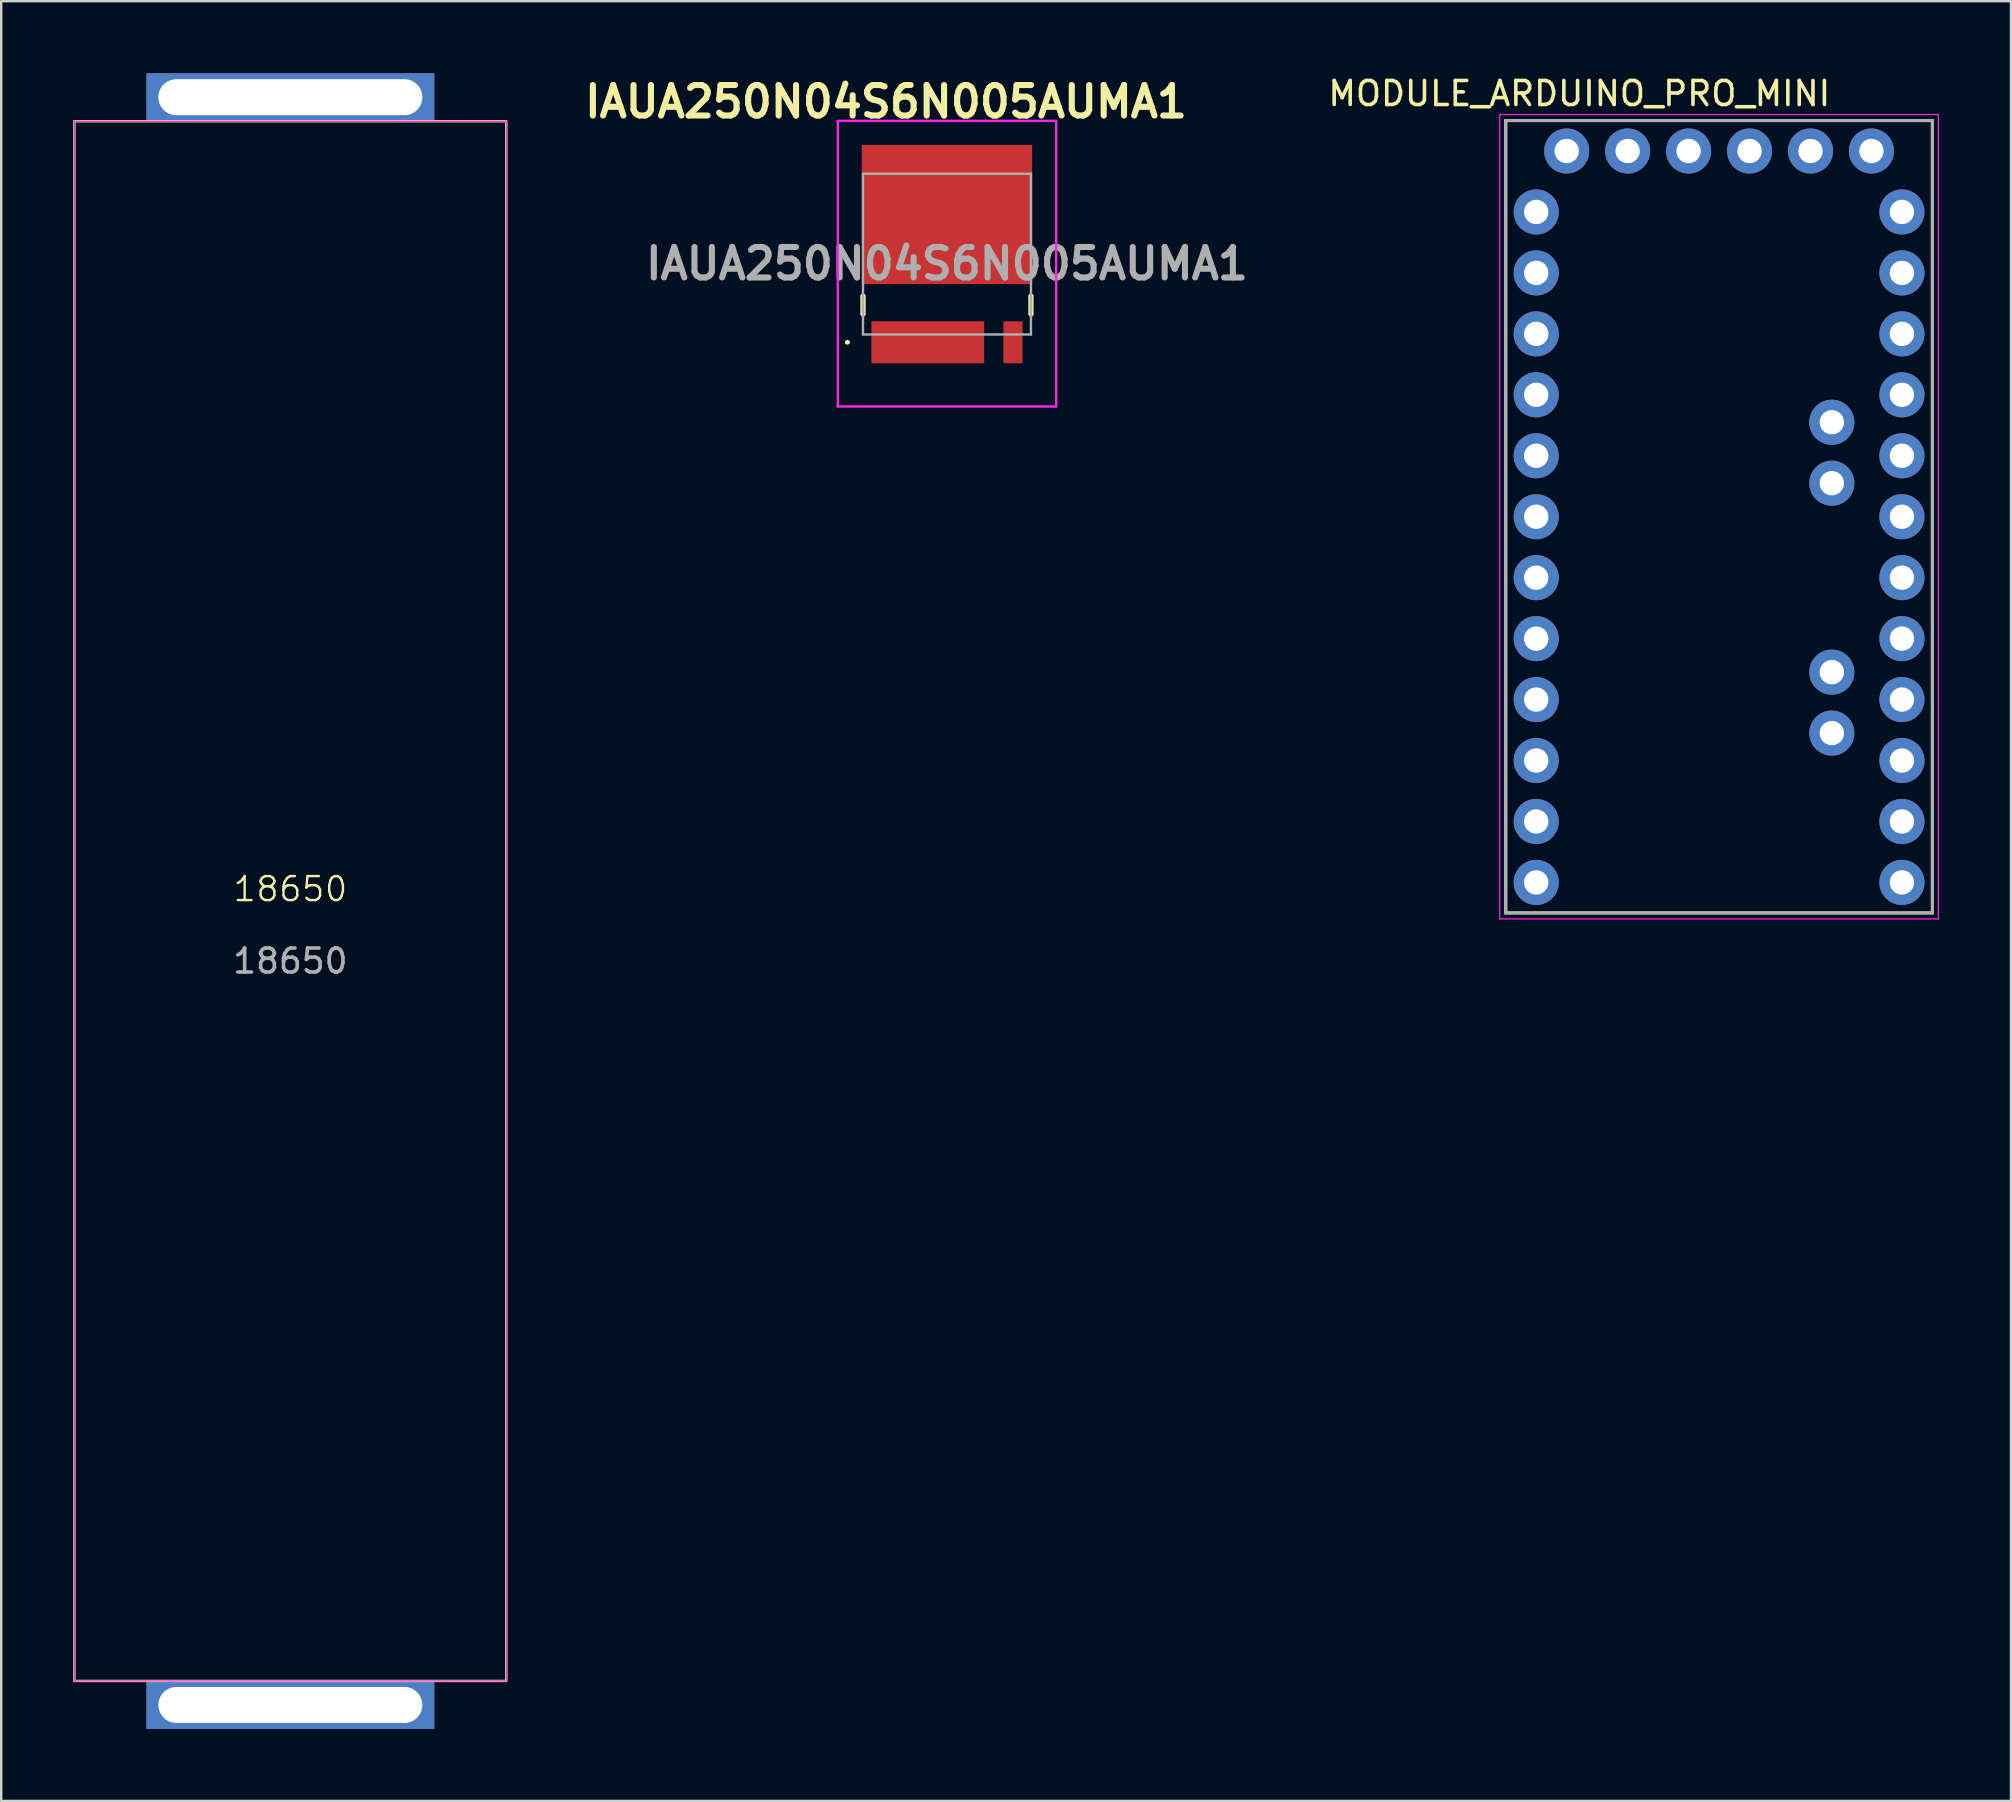
<source format=kicad_pcb>
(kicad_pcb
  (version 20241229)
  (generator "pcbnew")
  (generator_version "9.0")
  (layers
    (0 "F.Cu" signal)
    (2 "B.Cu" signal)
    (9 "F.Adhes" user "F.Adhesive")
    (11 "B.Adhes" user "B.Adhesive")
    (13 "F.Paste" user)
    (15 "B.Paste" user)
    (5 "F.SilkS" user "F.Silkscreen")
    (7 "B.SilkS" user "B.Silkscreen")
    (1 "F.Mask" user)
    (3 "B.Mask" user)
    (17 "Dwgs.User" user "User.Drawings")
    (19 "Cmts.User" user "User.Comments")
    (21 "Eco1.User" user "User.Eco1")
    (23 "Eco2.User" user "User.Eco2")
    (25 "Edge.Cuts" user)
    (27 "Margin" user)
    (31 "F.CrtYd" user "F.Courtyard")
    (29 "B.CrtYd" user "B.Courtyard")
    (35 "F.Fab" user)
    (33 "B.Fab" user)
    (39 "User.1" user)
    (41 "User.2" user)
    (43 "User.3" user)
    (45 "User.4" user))
  (footprint "MODULE_ARDUINO_PRO_MINI"
    (layer "F.Cu")
    (at 68.588 18.483)
    (property "Reference" "MODULE_ARDUINO_PRO_MINI" (at -5.825 -17.635 0) (layer "F.SilkS") (effects (font (size 1 1) (thickness 0.15))))
    (attr through_hole)
    (fp_line (start -8.89 -16.51) (end -8.89 16.51) (stroke (width 0.127) (type solid)) (layer "F.SilkS"))
    (fp_line (start -8.89 16.51) (end 8.89 16.51) (stroke (width 0.127) (type solid)) (layer "F.SilkS"))
    (fp_line (start 8.89 -16.51) (end -8.89 -16.51) (stroke (width 0.127) (type solid)) (layer "F.SilkS"))
    (fp_line (start 8.89 16.51) (end 8.89 -16.51) (stroke (width 0.127) (type solid)) (layer "F.SilkS"))
    (fp_line (start -9.14 -16.76) (end 9.14 -16.76) (stroke (width 0.05) (type solid)) (layer "F.CrtYd"))
    (fp_line (start -9.14 16.76) (end -9.14 -16.76) (stroke (width 0.05) (type solid)) (layer "F.CrtYd"))
    (fp_line (start 9.14 -16.76) (end 9.14 16.76) (stroke (width 0.05) (type solid)) (layer "F.CrtYd"))
    (fp_line (start 9.14 16.76) (end -9.14 16.76) (stroke (width 0.05) (type solid)) (layer "F.CrtYd"))
    (fp_line (start -8.89 -16.51) (end -8.89 16.51) (stroke (width 0.127) (type solid)) (layer "F.Fab"))
    (fp_line (start -8.89 16.51) (end 8.89 16.51) (stroke (width 0.127) (type solid)) (layer "F.Fab"))
    (fp_line (start 8.89 -16.51) (end -8.89 -16.51) (stroke (width 0.127) (type solid)) (layer "F.Fab"))
    (fp_line (start 8.89 16.51) (end 8.89 -16.51) (stroke (width 0.127) (type solid)) (layer "F.Fab"))
    (pad "JP1_1" thru_hole circle (at 6.35 -15.24) (size 1.88 1.88) (drill 1.016) (layers "*.Cu" "*.Mask"))
    (pad "JP1_2" thru_hole circle (at 3.81 -15.24) (size 1.88 1.88) (drill 1.016) (layers "*.Cu" "*.Mask"))
    (pad "JP1_3" thru_hole circle (at 1.27 -15.24) (size 1.88 1.88) (drill 1.016) (layers "*.Cu" "*.Mask"))
    (pad "JP1_4" thru_hole circle (at -1.27 -15.24) (size 1.88 1.88) (drill 1.016) (layers "*.Cu" "*.Mask"))
    (pad "JP1_5" thru_hole circle (at -3.81 -15.24) (size 1.88 1.88) (drill 1.016) (layers "*.Cu" "*.Mask"))
    (pad "JP1_6" thru_hole circle (at -6.35 -15.24) (size 1.88 1.88) (drill 1.016) (layers "*.Cu" "*.Mask"))
    (pad "JP2_1" thru_hole circle (at 4.699 -1.397) (size 1.88 1.88) (drill 1.016) (layers "*.Cu" "*.Mask"))
    (pad "JP2_2" thru_hole circle (at 4.699 -3.937) (size 1.88 1.88) (drill 1.016) (layers "*.Cu" "*.Mask"))
    (pad "JP3_1" thru_hole circle (at 4.699 9.017) (size 1.88 1.88) (drill 1.016) (layers "*.Cu" "*.Mask"))
    (pad "JP3_2" thru_hole circle (at 4.699 6.477) (size 1.88 1.88) (drill 1.016) (layers "*.Cu" "*.Mask"))
    (pad "JP6_1" thru_hole circle (at 7.62 -12.7) (size 1.88 1.88) (drill 1.016) (layers "*.Cu" "*.Mask"))
    (pad "JP6_2" thru_hole circle (at 7.62 -10.16) (size 1.88 1.88) (drill 1.016) (layers "*.Cu" "*.Mask"))
    (pad "JP6_3" thru_hole circle (at 7.62 -7.62) (size 1.88 1.88) (drill 1.016) (layers "*.Cu" "*.Mask"))
    (pad "JP6_4" thru_hole circle (at 7.62 -5.08) (size 1.88 1.88) (drill 1.016) (layers "*.Cu" "*.Mask"))
    (pad "JP6_5" thru_hole circle (at 7.62 -2.54) (size 1.88 1.88) (drill 1.016) (layers "*.Cu" "*.Mask"))
    (pad "JP6_6" thru_hole circle (at 7.62 0) (size 1.88 1.88) (drill 1.016) (layers "*.Cu" "*.Mask"))
    (pad "JP6_7" thru_hole circle (at 7.62 2.54) (size 1.88 1.88) (drill 1.016) (layers "*.Cu" "*.Mask"))
    (pad "JP6_8" thru_hole circle (at 7.62 5.08) (size 1.88 1.88) (drill 1.016) (layers "*.Cu" "*.Mask"))
    (pad "JP6_9" thru_hole circle (at 7.62 7.62) (size 1.88 1.88) (drill 1.016) (layers "*.Cu" "*.Mask"))
    (pad "JP6_10" thru_hole circle (at 7.62 10.16) (size 1.88 1.88) (drill 1.016) (layers "*.Cu" "*.Mask"))
    (pad "JP6_11" thru_hole circle (at 7.62 12.7) (size 1.88 1.88) (drill 1.016) (layers "*.Cu" "*.Mask"))
    (pad "JP6_12" thru_hole circle (at 7.62 15.24) (size 1.88 1.88) (drill 1.016) (layers "*.Cu" "*.Mask"))
    (pad "JP7_1" thru_hole circle (at -7.62 15.24) (size 1.88 1.88) (drill 1.016) (layers "*.Cu" "*.Mask"))
    (pad "JP7_2" thru_hole circle (at -7.62 12.7) (size 1.88 1.88) (drill 1.016) (layers "*.Cu" "*.Mask"))
    (pad "JP7_3" thru_hole circle (at -7.62 10.16) (size 1.88 1.88) (drill 1.016) (layers "*.Cu" "*.Mask"))
    (pad "JP7_4" thru_hole circle (at -7.62 7.62) (size 1.88 1.88) (drill 1.016) (layers "*.Cu" "*.Mask"))
    (pad "JP7_5" thru_hole circle (at -7.62 5.08) (size 1.88 1.88) (drill 1.016) (layers "*.Cu" "*.Mask"))
    (pad "JP7_6" thru_hole circle (at -7.62 2.54) (size 1.88 1.88) (drill 1.016) (layers "*.Cu" "*.Mask"))
    (pad "JP7_7" thru_hole circle (at -7.62 0) (size 1.88 1.88) (drill 1.016) (layers "*.Cu" "*.Mask"))
    (pad "JP7_8" thru_hole circle (at -7.62 -2.54) (size 1.88 1.88) (drill 1.016) (layers "*.Cu" "*.Mask"))
    (pad "JP7_9" thru_hole circle (at -7.62 -5.08) (size 1.88 1.88) (drill 1.016) (layers "*.Cu" "*.Mask"))
    (pad "JP7_10" thru_hole circle (at -7.62 -7.62) (size 1.88 1.88) (drill 1.016) (layers "*.Cu" "*.Mask"))
    (pad "JP7_11" thru_hole circle (at -7.62 -10.16) (size 1.88 1.88) (drill 1.016) (layers "*.Cu" "*.Mask"))
    (pad "JP7_12" thru_hole circle (at -7.62 -12.7) (size 1.88 1.88) (drill 1.016) (layers "*.Cu" "*.Mask")))
  (footprint "IAUA250N04S6N005AUMA1"
    (layer "F.Cu")
    (at 36.413 7.539)
    (property "Reference" "IAUA250N04S6N005AUMA1" (at -2.54 -6.35 0) (layer "F.SilkS") (effects (font (size 1.27 1.27) (thickness 0.254))))
    (attr smd)
    (fp_line (start -4.2 3.675) (end -4.2 3.675) (stroke (width 0.1) (type solid)) (layer "F.SilkS"))
    (fp_line (start -4.1 3.675) (end -4.1 3.675) (stroke (width 0.1) (type solid)) (layer "F.SilkS"))
    (fp_line (start -3.5 1.75) (end -3.5 1.75) (stroke (width 0.2) (type solid)) (layer "F.SilkS"))
    (fp_line (start -3.5 1.75) (end -3.5 2.5) (stroke (width 0.2) (type solid)) (layer "F.SilkS"))
    (fp_line (start -3.5 2.5) (end -3.5 1.75) (stroke (width 0.2) (type solid)) (layer "F.SilkS"))
    (fp_line (start -3.5 2.5) (end -3.5 2.5) (stroke (width 0.2) (type solid)) (layer "F.SilkS"))
    (fp_line (start 3.5 1.75) (end 3.5 1.75) (stroke (width 0.2) (type solid)) (layer "F.SilkS"))
    (fp_line (start 3.5 1.75) (end 3.5 2.5) (stroke (width 0.2) (type solid)) (layer "F.SilkS"))
    (fp_line (start 3.5 2.5) (end 3.5 1.75) (stroke (width 0.2) (type solid)) (layer "F.SilkS"))
    (fp_line (start 3.5 2.5) (end 3.5 2.5) (stroke (width 0.2) (type solid)) (layer "F.SilkS"))
    (fp_arc (start -4.2 3.675) (mid -4.15 3.625) (end -4.1 3.675) (stroke (width 0.1) (type solid)) (layer "F.SilkS"))
    (fp_arc (start -4.1 3.675) (mid -4.15 3.725) (end -4.2 3.675) (stroke (width 0.1) (type solid)) (layer "F.SilkS"))
    (fp_line (start -4.55 -5.551) (end 4.55 -5.551) (stroke (width 0.1) (type solid)) (layer "F.CrtYd"))
    (fp_line (start -4.55 6.35) (end -4.55 -5.551) (stroke (width 0.1) (type solid)) (layer "F.CrtYd"))
    (fp_line (start 4.55 -5.551) (end 4.55 6.35) (stroke (width 0.1) (type solid)) (layer "F.CrtYd"))
    (fp_line (start 4.55 6.35) (end -4.55 6.35) (stroke (width 0.1) (type solid)) (layer "F.CrtYd"))
    (fp_line (start -3.5 -3.35) (end -3.5 3.35) (stroke (width 0.1) (type solid)) (layer "F.Fab"))
    (fp_line (start -3.5 3.35) (end 3.5 3.35) (stroke (width 0.1) (type solid)) (layer "F.Fab"))
    (fp_line (start 3.5 -3.35) (end -3.5 -3.35) (stroke (width 0.1) (type solid)) (layer "F.Fab"))
    (fp_line (start 3.5 3.35) (end 3.5 -3.35) (stroke (width 0.1) (type solid)) (layer "F.Fab"))
    (fp_text user "${REFERENCE}" (at 0 0.399 0) (layer "F.Fab") (effects (font (size 1.27 1.27) (thickness 0.254))))
    (pad "1" smd rect (at -0.8 3.675 90) (size 1.75 4.7) (layers "F.Cu" "F.Mask" "F.Paste"))
    (pad "5" smd rect (at 2.75 3.675) (size 0.8 1.75) (layers "F.Cu" "F.Mask" "F.Paste"))
    (pad "6" smd rect (at 0 -1.651 90) (size 5.8 7.1) (layers "F.Cu" "F.Mask" "F.Paste")))
  (footprint "18650"
    (layer "F.Cu")
    (at 9.05 34.5)
    (property "Reference" "18650" (at 0 -0.5 0) (unlocked yes) (layer "F.SilkS") (effects (font (size 1 1) (thickness 0.1))))
    (attr through_hole)
    (fp_rect (start -9 32.5) (end 9 -32.5) (stroke (width 0.1) (type default)) (fill no) (layer "F.SilkS"))
    (fp_rect (start -9 -32.5) (end 9 32.5) (stroke (width 0.05) (type default)) (fill no) (layer "F.CrtYd"))
    (fp_text user "${REFERENCE}" (at 0 2.5 0) (unlocked yes) (layer "F.Fab") (effects (font (size 1 1) (thickness 0.15))))
    (pad "1" thru_hole rect (at 0 -33.5) (size 12 2) (drill oval 11 1.5) (layers "*.Cu" "*.Mask"))
    (pad "2" thru_hole rect (at 0 33.5) (size 12 2) (drill oval 11 1.5) (layers "*.Cu" "*.Mask")))
  (gr_rect
    (start -3 -3)
    (end 80.753 72)
    (stroke (width 0.1) (type default))
    (fill no)
    (layer "Edge.Cuts")))
</source>
